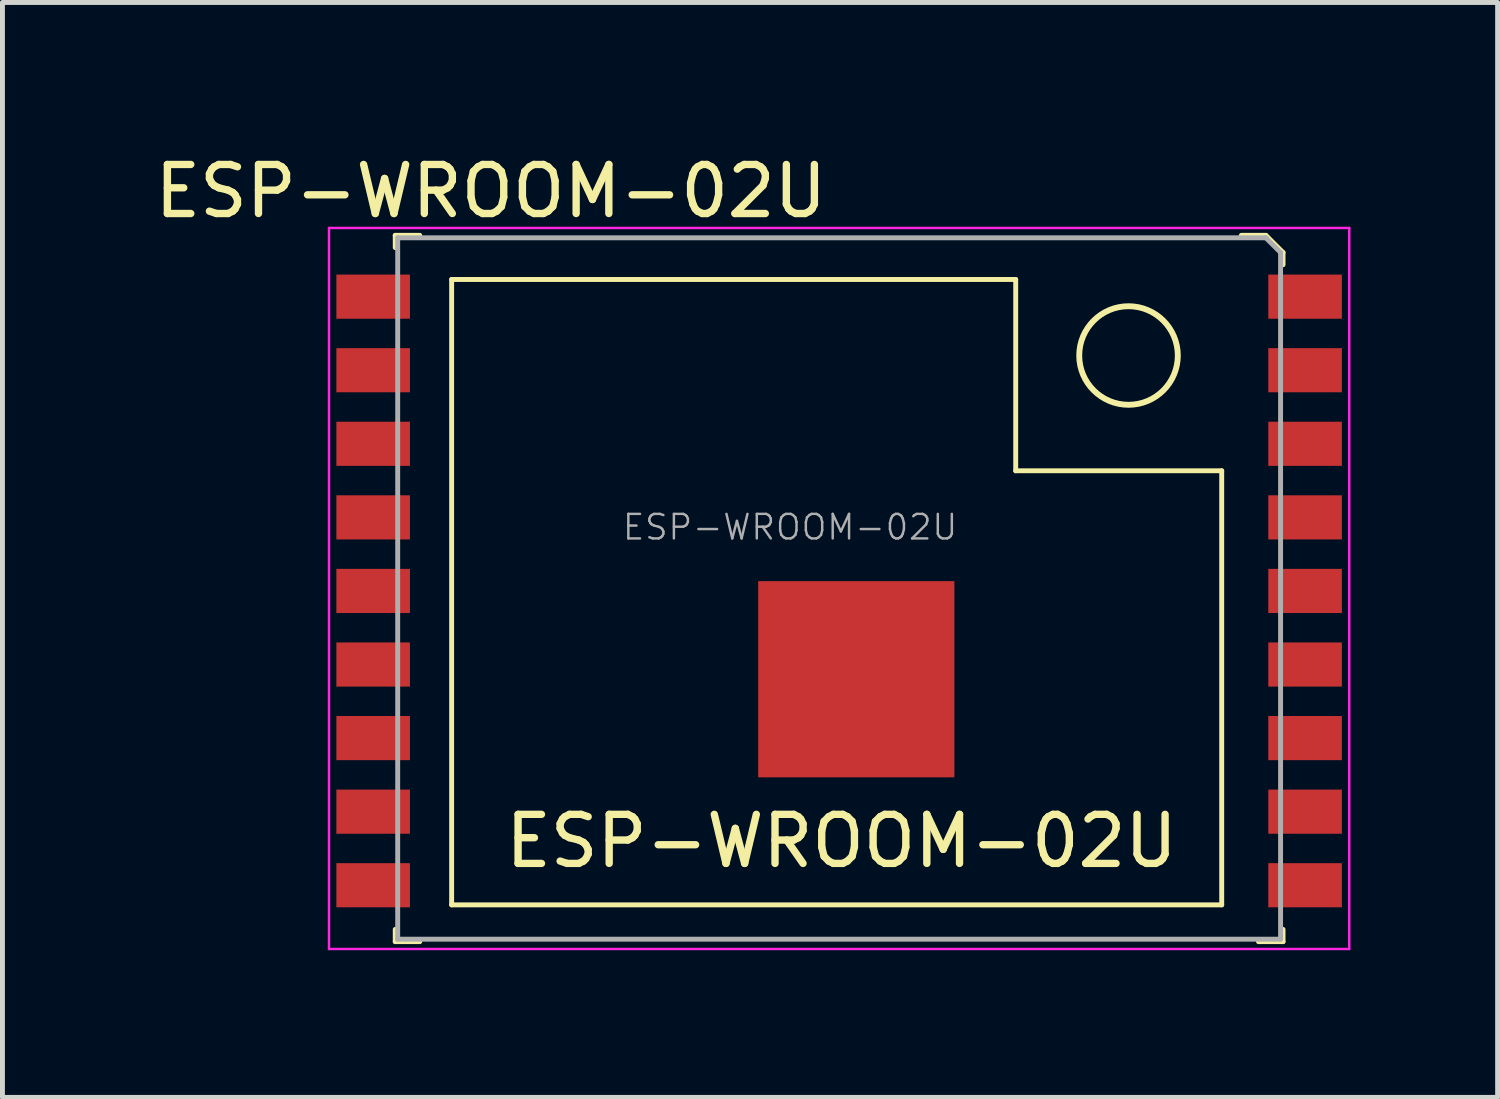
<source format=kicad_pcb>
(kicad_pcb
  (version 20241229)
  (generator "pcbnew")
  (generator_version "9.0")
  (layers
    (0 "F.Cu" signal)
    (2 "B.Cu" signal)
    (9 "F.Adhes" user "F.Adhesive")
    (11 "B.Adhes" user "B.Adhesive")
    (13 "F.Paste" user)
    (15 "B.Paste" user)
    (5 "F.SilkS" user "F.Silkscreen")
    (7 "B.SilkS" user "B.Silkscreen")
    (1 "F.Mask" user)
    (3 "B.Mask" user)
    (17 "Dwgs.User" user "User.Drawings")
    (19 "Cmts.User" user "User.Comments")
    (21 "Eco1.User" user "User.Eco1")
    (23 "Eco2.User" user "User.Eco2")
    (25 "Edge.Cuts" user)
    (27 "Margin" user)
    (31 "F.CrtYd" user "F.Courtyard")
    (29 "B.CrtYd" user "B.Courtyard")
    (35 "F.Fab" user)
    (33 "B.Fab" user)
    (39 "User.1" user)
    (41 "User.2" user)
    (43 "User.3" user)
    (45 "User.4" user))
  (footprint "ESP-WROOM-02U"
    (layer "F.Cu")
    (at 13.458 8.998)
    (property "Reference" "ESP-WROOM-02U" (at -6.5 -8.15 0) (layer "F.SilkS") (effects (font (size 1 1) (thickness 0.15))))
    (attr smd)
    (fp_line (start -8.45 -7.25) (end -8.45 -7) (stroke (width 0.1) (type solid)) (layer "F.SilkS"))
    (fp_line (start -8.45 -7.25) (end -7.95 -7.25) (stroke (width 0.1) (type solid)) (layer "F.SilkS"))
    (fp_line (start -8.45 6.9) (end -8.45 7.15) (stroke (width 0.1) (type solid)) (layer "F.SilkS"))
    (fp_line (start -8.45 7.15) (end -7.95 7.15) (stroke (width 0.1) (type solid)) (layer "F.SilkS"))
    (fp_line (start -7.3 -6.35) (end 4.2 -6.35) (stroke (width 0.1) (type solid)) (layer "F.SilkS"))
    (fp_line (start -7.3 6.4) (end -7.3 -6.35) (stroke (width 0.1) (type solid)) (layer "F.SilkS"))
    (fp_line (start -7.3 6.4) (end 8.4 6.4) (stroke (width 0.1) (type solid)) (layer "F.SilkS"))
    (fp_line (start 4.2 -6.35) (end 4.2 -2.45) (stroke (width 0.1) (type solid)) (layer "F.SilkS"))
    (fp_line (start 8.4 -2.45) (end 4.2 -2.45) (stroke (width 0.1) (type solid)) (layer "F.SilkS"))
    (fp_line (start 8.4 6.4) (end 8.4 -2.45) (stroke (width 0.1) (type solid)) (layer "F.SilkS"))
    (fp_line (start 8.8 -7.25) (end 9.3 -7.25) (stroke (width 0.1) (type solid)) (layer "F.SilkS"))
    (fp_line (start 9.15 7.15) (end 9.65 7.15) (stroke (width 0.1) (type solid)) (layer "F.SilkS"))
    (fp_line (start 9.3 -7.25) (end 9.65 -6.9) (stroke (width 0.1) (type solid)) (layer "F.SilkS"))
    (fp_line (start 9.65 -6.9) (end 9.65 -6.65) (stroke (width 0.1) (type solid)) (layer "F.SilkS"))
    (fp_line (start 9.65 6.9) (end 9.65 7.15) (stroke (width 0.1) (type solid)) (layer "F.SilkS"))
    (fp_circle (center 6.5 -4.8) (end 6.6 -5.8) (stroke (width 0.12) (type solid)) (fill no) (layer "F.SilkS"))
    (fp_line (start -9.8 -7.4) (end 11 -7.4) (stroke (width 0.05) (type solid)) (layer "F.CrtYd"))
    (fp_line (start -9.8 7.3) (end -9.8 -7.4) (stroke (width 0.05) (type solid)) (layer "F.CrtYd"))
    (fp_line (start 11 -7.4) (end 11 7.3) (stroke (width 0.05) (type solid)) (layer "F.CrtYd"))
    (fp_line (start 11 7.3) (end -9.8 7.3) (stroke (width 0.05) (type solid)) (layer "F.CrtYd"))
    (fp_line (start -8.4 -7.2) (end 9.3 -7.2) (stroke (width 0.1) (type solid)) (layer "F.Fab"))
    (fp_line (start -8.4 7.1) (end -8.4 -7.2) (stroke (width 0.1) (type solid)) (layer "F.Fab"))
    (fp_line (start 9.6 -6.9) (end 9.3 -7.2) (stroke (width 0.1) (type solid)) (layer "F.Fab"))
    (fp_line (start 9.6 -6.9) (end 9.6 7.1) (stroke (width 0.1) (type solid)) (layer "F.Fab"))
    (fp_line (start 9.6 7.1) (end -8.4 7.1) (stroke (width 0.1) (type solid)) (layer "F.Fab"))
    (fp_text user "ESP-WROOM-02U" (at 0.65 5.1 0) (layer "F.SilkS") (effects (font (size 1 1) (thickness 0.15))))
    (fp_text user "${REFERENCE}" (at -0.4 -1.3 0) (layer "F.Fab") (effects (font (size 0.5 0.5) (thickness 0.05))))
    (pad "1" smd rect (at -8.9 -6) (size 1.5 0.9) (layers "F.Cu" "F.Mask" "F.Paste"))
    (pad "2" smd rect (at -8.9 -4.5) (size 1.5 0.9) (layers "F.Cu" "F.Mask" "F.Paste"))
    (pad "3" smd rect (at -8.9 -3) (size 1.5 0.9) (layers "F.Cu" "F.Mask" "F.Paste"))
    (pad "4" smd rect (at -8.9 -1.5) (size 1.5 0.9) (layers "F.Cu" "F.Mask" "F.Paste"))
    (pad "5" smd rect (at -8.9 0) (size 1.5 0.9) (layers "F.Cu" "F.Mask" "F.Paste"))
    (pad "6" smd rect (at -8.9 1.5) (size 1.5 0.9) (layers "F.Cu" "F.Mask" "F.Paste"))
    (pad "7" smd rect (at -8.9 3) (size 1.5 0.9) (layers "F.Cu" "F.Mask" "F.Paste"))
    (pad "8" smd rect (at -8.9 4.5) (size 1.5 0.9) (layers "F.Cu" "F.Mask" "F.Paste"))
    (pad "9" smd rect (at -8.9 6) (size 1.5 0.9) (layers "F.Cu" "F.Mask" "F.Paste"))
    (pad "10" smd rect (at 10.1 6) (size 1.5 0.9) (layers "F.Cu" "F.Mask" "F.Paste"))
    (pad "11" smd rect (at 10.1 4.5) (size 1.5 0.9) (layers "F.Cu" "F.Mask" "F.Paste"))
    (pad "12" smd rect (at 10.1 3) (size 1.5 0.9) (layers "F.Cu" "F.Mask" "F.Paste"))
    (pad "13" smd rect (at 10.1 1.5) (size 1.5 0.9) (layers "F.Cu" "F.Mask" "F.Paste"))
    (pad "14" smd rect (at 10.1 0) (size 1.5 0.9) (layers "F.Cu" "F.Mask" "F.Paste"))
    (pad "15" smd rect (at 10.1 -1.5) (size 1.5 0.9) (layers "F.Cu" "F.Mask" "F.Paste"))
    (pad "16" smd rect (at 10.1 -3) (size 1.5 0.9) (layers "F.Cu" "F.Mask" "F.Paste"))
    (pad "17" smd rect (at 10.1 -4.5) (size 1.5 0.9) (layers "F.Cu" "F.Mask" "F.Paste"))
    (pad "18" smd rect (at 10.1 -6) (size 1.5 0.9) (layers "F.Cu" "F.Mask" "F.Paste"))
    (pad "19" smd rect (at 0.95 1.8) (size 4 4) (layers "F.Cu" "F.Mask" "F.Paste")))
  (gr_rect
    (start -3 -3)
    (end 27.483 19.323)
    (stroke (width 0.1) (type default))
    (fill no)
    (layer "Edge.Cuts")))
</source>
